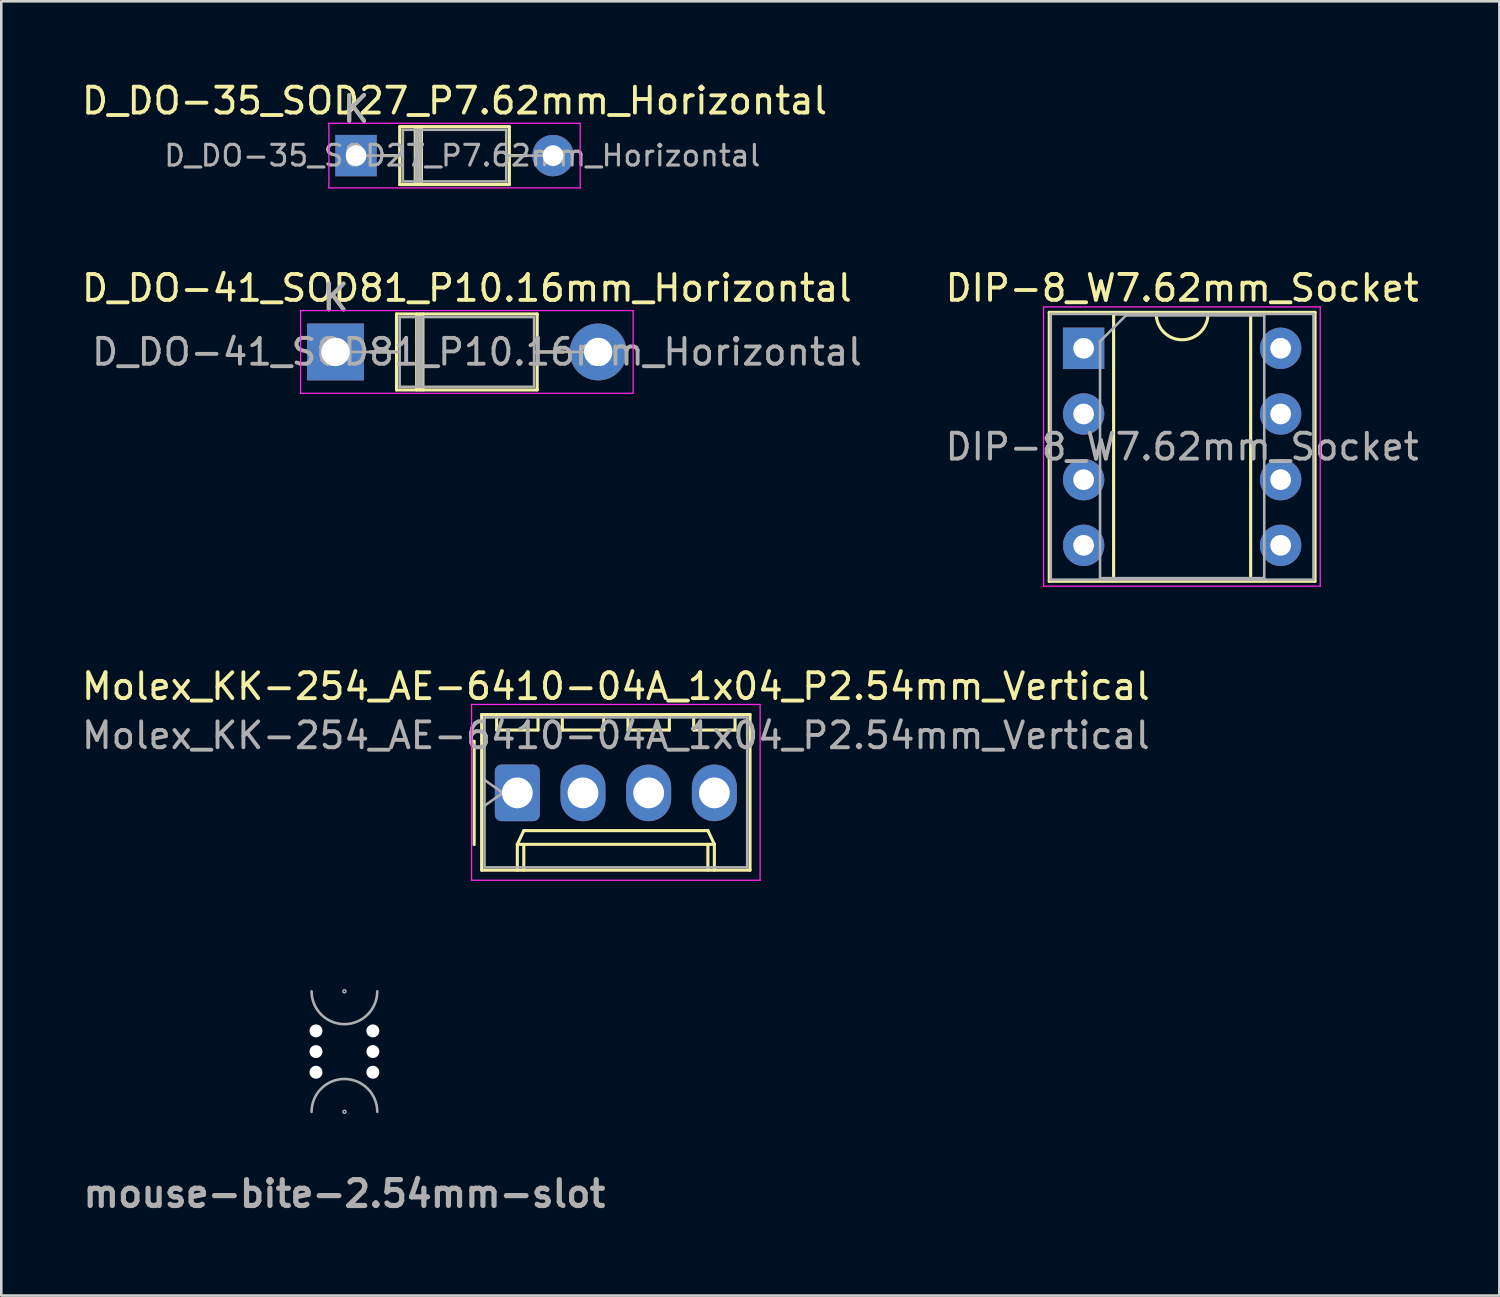
<source format=kicad_pcb>
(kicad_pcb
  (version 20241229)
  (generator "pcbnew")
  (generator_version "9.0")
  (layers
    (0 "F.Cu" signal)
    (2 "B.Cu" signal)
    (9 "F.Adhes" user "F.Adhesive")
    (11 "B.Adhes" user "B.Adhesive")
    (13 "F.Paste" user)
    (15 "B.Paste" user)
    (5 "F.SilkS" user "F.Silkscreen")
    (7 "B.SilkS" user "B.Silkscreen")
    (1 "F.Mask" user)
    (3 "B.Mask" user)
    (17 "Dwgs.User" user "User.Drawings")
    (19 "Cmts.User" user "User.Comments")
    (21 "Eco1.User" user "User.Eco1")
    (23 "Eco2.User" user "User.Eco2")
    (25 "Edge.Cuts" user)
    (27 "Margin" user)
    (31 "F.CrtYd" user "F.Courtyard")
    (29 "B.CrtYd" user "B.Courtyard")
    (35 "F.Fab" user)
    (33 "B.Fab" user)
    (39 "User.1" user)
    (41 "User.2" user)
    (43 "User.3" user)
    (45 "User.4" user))
  (footprint "D_DO-35_SOD27_P7.62mm_Horizontal"
    (layer "F.Cu")
    (at 10.72 2.968)
    (property "Reference" "D_DO-35_SOD27_P7.62mm_Horizontal" (at 3.81 -2.12 0) (layer "F.SilkS") (effects (font (size 1 1) (thickness 0.15))))
    (attr through_hole)
    (fp_line (start 1.04 0) (end 1.69 0) (stroke (width 0.12) (type solid)) (layer "F.SilkS"))
    (fp_line (start 1.69 -1.12) (end 1.69 1.12) (stroke (width 0.12) (type solid)) (layer "F.SilkS"))
    (fp_line (start 1.69 1.12) (end 5.93 1.12) (stroke (width 0.12) (type solid)) (layer "F.SilkS"))
    (fp_line (start 2.29 -1.12) (end 2.29 1.12) (stroke (width 0.12) (type solid)) (layer "F.SilkS"))
    (fp_line (start 2.41 -1.12) (end 2.41 1.12) (stroke (width 0.12) (type solid)) (layer "F.SilkS"))
    (fp_line (start 2.53 -1.12) (end 2.53 1.12) (stroke (width 0.12) (type solid)) (layer "F.SilkS"))
    (fp_line (start 5.93 -1.12) (end 1.69 -1.12) (stroke (width 0.12) (type solid)) (layer "F.SilkS"))
    (fp_line (start 5.93 1.12) (end 5.93 -1.12) (stroke (width 0.12) (type solid)) (layer "F.SilkS"))
    (fp_line (start 6.58 0) (end 5.93 0) (stroke (width 0.12) (type solid)) (layer "F.SilkS"))
    (fp_line (start -1.05 -1.25) (end -1.05 1.25) (stroke (width 0.05) (type solid)) (layer "F.CrtYd"))
    (fp_line (start -1.05 1.25) (end 8.67 1.25) (stroke (width 0.05) (type solid)) (layer "F.CrtYd"))
    (fp_line (start 8.67 -1.25) (end -1.05 -1.25) (stroke (width 0.05) (type solid)) (layer "F.CrtYd"))
    (fp_line (start 8.67 1.25) (end 8.67 -1.25) (stroke (width 0.05) (type solid)) (layer "F.CrtYd"))
    (fp_line (start 0 0) (end 1.81 0) (stroke (width 0.1) (type solid)) (layer "F.Fab"))
    (fp_line (start 1.81 -1) (end 1.81 1) (stroke (width 0.1) (type solid)) (layer "F.Fab"))
    (fp_line (start 1.81 1) (end 5.81 1) (stroke (width 0.1) (type solid)) (layer "F.Fab"))
    (fp_line (start 2.31 -1) (end 2.31 1) (stroke (width 0.1) (type solid)) (layer "F.Fab"))
    (fp_line (start 2.41 -1) (end 2.41 1) (stroke (width 0.1) (type solid)) (layer "F.Fab"))
    (fp_line (start 2.51 -1) (end 2.51 1) (stroke (width 0.1) (type solid)) (layer "F.Fab"))
    (fp_line (start 5.81 -1) (end 1.81 -1) (stroke (width 0.1) (type solid)) (layer "F.Fab"))
    (fp_line (start 5.81 1) (end 5.81 -1) (stroke (width 0.1) (type solid)) (layer "F.Fab"))
    (fp_line (start 7.62 0) (end 5.81 0) (stroke (width 0.1) (type solid)) (layer "F.Fab"))
    (fp_text user "K" (at 0 -1.8 0) (layer "F.SilkS") (effects (font (size 1 1) (thickness 0.15))))
    (fp_text user "K" (at 0 -1.8 0) (layer "F.Fab") (effects (font (size 1 1) (thickness 0.15))))
    (fp_text user "${REFERENCE}" (at 4.11 0 0) (layer "F.Fab") (effects (font (size 0.8 0.8) (thickness 0.12))))
    (pad "1" thru_hole rect (at 0 0) (size 1.6 1.6) (drill 0.8) (layers "*.Cu" "*.Mask"))
    (pad "2" thru_hole oval (at 7.62 0) (size 1.6 1.6) (drill 0.8) (layers "*.Cu" "*.Mask")))
  (footprint "Molex_KK-254_AE-6410-04A_1x04_P2.54mm_Vertical"
    (layer "F.Cu")
    (at 16.958 27.615)
    (property "Reference" "Molex_KK-254_AE-6410-04A_1x04_P2.54mm_Vertical" (at 3.81 -4.12 0) (layer "F.SilkS") (effects (font (size 1 1) (thickness 0.15))))
    (attr through_hole)
    (fp_line (start -1.67 -2) (end -1.67 2) (stroke (width 0.12) (type solid)) (layer "F.SilkS"))
    (fp_line (start -1.38 -3.03) (end -1.38 2.99) (stroke (width 0.12) (type solid)) (layer "F.SilkS"))
    (fp_line (start -1.38 2.99) (end 9 2.99) (stroke (width 0.12) (type solid)) (layer "F.SilkS"))
    (fp_line (start -0.8 -3.03) (end -0.8 -2.43) (stroke (width 0.12) (type solid)) (layer "F.SilkS"))
    (fp_line (start -0.8 -2.43) (end 0.8 -2.43) (stroke (width 0.12) (type solid)) (layer "F.SilkS"))
    (fp_line (start 0 1.99) (end 0.25 1.46) (stroke (width 0.12) (type solid)) (layer "F.SilkS"))
    (fp_line (start 0 1.99) (end 7.62 1.99) (stroke (width 0.12) (type solid)) (layer "F.SilkS"))
    (fp_line (start 0 2.99) (end 0 1.99) (stroke (width 0.12) (type solid)) (layer "F.SilkS"))
    (fp_line (start 0.25 1.46) (end 7.37 1.46) (stroke (width 0.12) (type solid)) (layer "F.SilkS"))
    (fp_line (start 0.25 2.99) (end 0.25 1.99) (stroke (width 0.12) (type solid)) (layer "F.SilkS"))
    (fp_line (start 0.8 -2.43) (end 0.8 -3.03) (stroke (width 0.12) (type solid)) (layer "F.SilkS"))
    (fp_line (start 1.74 -3.03) (end 1.74 -2.43) (stroke (width 0.12) (type solid)) (layer "F.SilkS"))
    (fp_line (start 1.74 -2.43) (end 3.34 -2.43) (stroke (width 0.12) (type solid)) (layer "F.SilkS"))
    (fp_line (start 3.34 -2.43) (end 3.34 -3.03) (stroke (width 0.12) (type solid)) (layer "F.SilkS"))
    (fp_line (start 4.28 -3.03) (end 4.28 -2.43) (stroke (width 0.12) (type solid)) (layer "F.SilkS"))
    (fp_line (start 4.28 -2.43) (end 5.88 -2.43) (stroke (width 0.12) (type solid)) (layer "F.SilkS"))
    (fp_line (start 5.88 -2.43) (end 5.88 -3.03) (stroke (width 0.12) (type solid)) (layer "F.SilkS"))
    (fp_line (start 6.82 -3.03) (end 6.82 -2.43) (stroke (width 0.12) (type solid)) (layer "F.SilkS"))
    (fp_line (start 6.82 -2.43) (end 8.42 -2.43) (stroke (width 0.12) (type solid)) (layer "F.SilkS"))
    (fp_line (start 7.37 1.46) (end 7.62 1.99) (stroke (width 0.12) (type solid)) (layer "F.SilkS"))
    (fp_line (start 7.37 2.99) (end 7.37 1.99) (stroke (width 0.12) (type solid)) (layer "F.SilkS"))
    (fp_line (start 7.62 1.99) (end 7.62 2.99) (stroke (width 0.12) (type solid)) (layer "F.SilkS"))
    (fp_line (start 8.42 -2.43) (end 8.42 -3.03) (stroke (width 0.12) (type solid)) (layer "F.SilkS"))
    (fp_line (start 9 -3.03) (end -1.38 -3.03) (stroke (width 0.12) (type solid)) (layer "F.SilkS"))
    (fp_line (start 9 2.99) (end 9 -3.03) (stroke (width 0.12) (type solid)) (layer "F.SilkS"))
    (fp_line (start -1.77 -3.42) (end -1.77 3.38) (stroke (width 0.05) (type solid)) (layer "F.CrtYd"))
    (fp_line (start -1.77 3.38) (end 9.39 3.38) (stroke (width 0.05) (type solid)) (layer "F.CrtYd"))
    (fp_line (start 9.39 -3.42) (end -1.77 -3.42) (stroke (width 0.05) (type solid)) (layer "F.CrtYd"))
    (fp_line (start 9.39 3.38) (end 9.39 -3.42) (stroke (width 0.05) (type solid)) (layer "F.CrtYd"))
    (fp_line (start -1.27 -2.92) (end -1.27 2.88) (stroke (width 0.1) (type solid)) (layer "F.Fab"))
    (fp_line (start -1.27 -0.5) (end -0.563 0) (stroke (width 0.1) (type solid)) (layer "F.Fab"))
    (fp_line (start -1.27 2.88) (end 8.89 2.88) (stroke (width 0.1) (type solid)) (layer "F.Fab"))
    (fp_line (start -0.563 0) (end -1.27 0.5) (stroke (width 0.1) (type solid)) (layer "F.Fab"))
    (fp_line (start 8.89 -2.92) (end -1.27 -2.92) (stroke (width 0.1) (type solid)) (layer "F.Fab"))
    (fp_line (start 8.89 2.88) (end 8.89 -2.92) (stroke (width 0.1) (type solid)) (layer "F.Fab"))
    (fp_text user "${REFERENCE}" (at 3.81 -2.22 0) (layer "F.Fab") (effects (font (size 1 1) (thickness 0.15))))
    (pad "1" thru_hole roundrect (at 0 0) (size 1.74 2.19) (drill 1.19) (layers "*.Cu" "*.Mask") (roundrect_rratio 0.144))
    (pad "2" thru_hole oval (at 2.54 0) (size 1.74 2.19) (drill 1.19) (layers "*.Cu" "*.Mask"))
    (pad "3" thru_hole oval (at 5.08 0) (size 1.74 2.19) (drill 1.19) (layers "*.Cu" "*.Mask"))
    (pad "4" thru_hole oval (at 7.62 0) (size 1.74 2.19) (drill 1.19) (layers "*.Cu" "*.Mask")))
  (footprint "DIP-8_W7.62mm_Socket"
    (layer "F.Cu")
    (at 38.86 10.421)
    (property "Reference" "DIP-8_W7.62mm_Socket" (at 3.81 -2.33 0) (layer "F.SilkS") (effects (font (size 1 1) (thickness 0.15))))
    (attr through_hole)
    (fp_line (start -1.33 -1.39) (end -1.33 9.01) (stroke (width 0.12) (type solid)) (layer "F.SilkS"))
    (fp_line (start -1.33 9.01) (end 8.95 9.01) (stroke (width 0.12) (type solid)) (layer "F.SilkS"))
    (fp_line (start 1.16 -1.33) (end 1.16 8.95) (stroke (width 0.12) (type solid)) (layer "F.SilkS"))
    (fp_line (start 1.16 8.95) (end 6.46 8.95) (stroke (width 0.12) (type solid)) (layer "F.SilkS"))
    (fp_line (start 2.81 -1.33) (end 1.16 -1.33) (stroke (width 0.12) (type solid)) (layer "F.SilkS"))
    (fp_line (start 6.46 -1.33) (end 4.81 -1.33) (stroke (width 0.12) (type solid)) (layer "F.SilkS"))
    (fp_line (start 6.46 8.95) (end 6.46 -1.33) (stroke (width 0.12) (type solid)) (layer "F.SilkS"))
    (fp_line (start 8.95 -1.39) (end -1.33 -1.39) (stroke (width 0.12) (type solid)) (layer "F.SilkS"))
    (fp_line (start 8.95 9.01) (end 8.95 -1.39) (stroke (width 0.12) (type solid)) (layer "F.SilkS"))
    (fp_arc (start 4.81 -1.33) (mid 3.81 -0.33) (end 2.81 -1.33) (stroke (width 0.12) (type solid)) (layer "F.SilkS"))
    (fp_line (start -1.55 -1.6) (end -1.55 9.2) (stroke (width 0.05) (type solid)) (layer "F.CrtYd"))
    (fp_line (start -1.55 9.2) (end 9.15 9.2) (stroke (width 0.05) (type solid)) (layer "F.CrtYd"))
    (fp_line (start 9.15 -1.6) (end -1.55 -1.6) (stroke (width 0.05) (type solid)) (layer "F.CrtYd"))
    (fp_line (start 9.15 9.2) (end 9.15 -1.6) (stroke (width 0.05) (type solid)) (layer "F.CrtYd"))
    (fp_line (start -1.27 -1.33) (end -1.27 8.95) (stroke (width 0.1) (type solid)) (layer "F.Fab"))
    (fp_line (start -1.27 8.95) (end 8.89 8.95) (stroke (width 0.1) (type solid)) (layer "F.Fab"))
    (fp_line (start 0.635 -0.27) (end 1.635 -1.27) (stroke (width 0.1) (type solid)) (layer "F.Fab"))
    (fp_line (start 0.635 8.89) (end 0.635 -0.27) (stroke (width 0.1) (type solid)) (layer "F.Fab"))
    (fp_line (start 1.635 -1.27) (end 6.985 -1.27) (stroke (width 0.1) (type solid)) (layer "F.Fab"))
    (fp_line (start 6.985 -1.27) (end 6.985 8.89) (stroke (width 0.1) (type solid)) (layer "F.Fab"))
    (fp_line (start 6.985 8.89) (end 0.635 8.89) (stroke (width 0.1) (type solid)) (layer "F.Fab"))
    (fp_line (start 8.89 -1.33) (end -1.27 -1.33) (stroke (width 0.1) (type solid)) (layer "F.Fab"))
    (fp_line (start 8.89 8.95) (end 8.89 -1.33) (stroke (width 0.1) (type solid)) (layer "F.Fab"))
    (fp_text user "${REFERENCE}" (at 3.81 3.81 0) (layer "F.Fab") (effects (font (size 1 1) (thickness 0.15))))
    (pad "1" thru_hole rect (at 0 0) (size 1.6 1.6) (drill 0.8) (layers "*.Cu" "*.Mask"))
    (pad "2" thru_hole oval (at 0 2.54) (size 1.6 1.6) (drill 0.8) (layers "*.Cu" "*.Mask"))
    (pad "3" thru_hole oval (at 0 5.08) (size 1.6 1.6) (drill 0.8) (layers "*.Cu" "*.Mask"))
    (pad "4" thru_hole oval (at 0 7.62) (size 1.6 1.6) (drill 0.8) (layers "*.Cu" "*.Mask"))
    (pad "5" thru_hole oval (at 7.62 7.62) (size 1.6 1.6) (drill 0.8) (layers "*.Cu" "*.Mask"))
    (pad "6" thru_hole oval (at 7.62 5.08) (size 1.6 1.6) (drill 0.8) (layers "*.Cu" "*.Mask"))
    (pad "7" thru_hole oval (at 7.62 2.54) (size 1.6 1.6) (drill 0.8) (layers "*.Cu" "*.Mask"))
    (pad "8" thru_hole oval (at 7.62 0) (size 1.6 1.6) (drill 0.8) (layers "*.Cu" "*.Mask")))
  (footprint "mouse-bite-2.54mm-slot"
    (layer "F.Cu")
    (at 10.271 37.62)
    (property "Reference" "mouse-bite-2.54mm-slot" (at 0 5.5 0) (layer "F.Fab") (effects (font (size 1 1) (thickness 0.2))))
    (attr through_hole)
    (fp_circle (center 0 -2.33) (end -0.06 -2.33) (stroke (width 0.05) (type solid)) (fill no) (layer "Dwgs.User"))
    (fp_circle (center 0 2.33) (end 0 2.27) (stroke (width 0.05) (type solid)) (fill no) (layer "Dwgs.User"))
    (fp_line (start 0 -2.33) (end 0 -2.33) (stroke (width 2.54) (type solid)) (layer "Eco1.User"))
    (fp_line (start 0 2.33) (end 0 2.33) (stroke (width 2.54) (type solid)) (layer "Eco1.User"))
    (fp_arc (start -1.27 2.33) (mid 0 1.06) (end 1.27 2.33) (stroke (width 0.1) (type solid)) (layer "F.Fab"))
    (fp_arc (start 1.27 -2.33) (mid 0 -1.06) (end -1.27 -2.33) (stroke (width 0.1) (type solid)) (layer "F.Fab"))
    (pad "" np_thru_hole circle (at -1.1 -0.8 90) (size 0.5 0.5) (drill 0.5) (layers "*.Cu" "*.Mask"))
    (pad "" np_thru_hole circle (at -1.1 0 90) (size 0.5 0.5) (drill 0.5) (layers "*.Cu" "*.Mask"))
    (pad "" np_thru_hole circle (at -1.1 0.8 90) (size 0.5 0.5) (drill 0.5) (layers "*.Cu" "*.Mask"))
    (pad "" np_thru_hole circle (at 1.1 -0.8 90) (size 0.5 0.5) (drill 0.5) (layers "*.Cu" "*.Mask"))
    (pad "" np_thru_hole circle (at 1.1 0 90) (size 0.5 0.5) (drill 0.5) (layers "*.Cu" "*.Mask"))
    (pad "" np_thru_hole circle (at 1.1 0.8 90) (size 0.5 0.5) (drill 0.5) (layers "*.Cu" "*.Mask")))
  (footprint "D_DO-41_SOD81_P10.16mm_Horizontal"
    (layer "F.Cu")
    (at 9.926 10.562)
    (property "Reference" "D_DO-41_SOD81_P10.16mm_Horizontal" (at 5.08 -2.47 0) (layer "F.SilkS") (effects (font (size 1 1) (thickness 0.15))))
    (attr through_hole)
    (fp_line (start 1.34 0) (end 2.36 0) (stroke (width 0.12) (type solid)) (layer "F.SilkS"))
    (fp_line (start 2.36 -1.47) (end 2.36 1.47) (stroke (width 0.12) (type solid)) (layer "F.SilkS"))
    (fp_line (start 2.36 1.47) (end 7.8 1.47) (stroke (width 0.12) (type solid)) (layer "F.SilkS"))
    (fp_line (start 3.14 -1.47) (end 3.14 1.47) (stroke (width 0.12) (type solid)) (layer "F.SilkS"))
    (fp_line (start 3.26 -1.47) (end 3.26 1.47) (stroke (width 0.12) (type solid)) (layer "F.SilkS"))
    (fp_line (start 3.38 -1.47) (end 3.38 1.47) (stroke (width 0.12) (type solid)) (layer "F.SilkS"))
    (fp_line (start 7.8 -1.47) (end 2.36 -1.47) (stroke (width 0.12) (type solid)) (layer "F.SilkS"))
    (fp_line (start 7.8 1.47) (end 7.8 -1.47) (stroke (width 0.12) (type solid)) (layer "F.SilkS"))
    (fp_line (start 8.82 0) (end 7.8 0) (stroke (width 0.12) (type solid)) (layer "F.SilkS"))
    (fp_line (start -1.35 -1.6) (end -1.35 1.6) (stroke (width 0.05) (type solid)) (layer "F.CrtYd"))
    (fp_line (start -1.35 1.6) (end 11.51 1.6) (stroke (width 0.05) (type solid)) (layer "F.CrtYd"))
    (fp_line (start 11.51 -1.6) (end -1.35 -1.6) (stroke (width 0.05) (type solid)) (layer "F.CrtYd"))
    (fp_line (start 11.51 1.6) (end 11.51 -1.6) (stroke (width 0.05) (type solid)) (layer "F.CrtYd"))
    (fp_line (start 0 0) (end 2.48 0) (stroke (width 0.1) (type solid)) (layer "F.Fab"))
    (fp_line (start 2.48 -1.35) (end 2.48 1.35) (stroke (width 0.1) (type solid)) (layer "F.Fab"))
    (fp_line (start 2.48 1.35) (end 7.68 1.35) (stroke (width 0.1) (type solid)) (layer "F.Fab"))
    (fp_line (start 3.16 -1.35) (end 3.16 1.35) (stroke (width 0.1) (type solid)) (layer "F.Fab"))
    (fp_line (start 3.26 -1.35) (end 3.26 1.35) (stroke (width 0.1) (type solid)) (layer "F.Fab"))
    (fp_line (start 3.36 -1.35) (end 3.36 1.35) (stroke (width 0.1) (type solid)) (layer "F.Fab"))
    (fp_line (start 7.68 -1.35) (end 2.48 -1.35) (stroke (width 0.1) (type solid)) (layer "F.Fab"))
    (fp_line (start 7.68 1.35) (end 7.68 -1.35) (stroke (width 0.1) (type solid)) (layer "F.Fab"))
    (fp_line (start 10.16 0) (end 7.68 0) (stroke (width 0.1) (type solid)) (layer "F.Fab"))
    (fp_text user "K" (at 0 -2.1 0) (layer "F.SilkS") (effects (font (size 1 1) (thickness 0.15))))
    (fp_text user "K" (at 0 -2.1 0) (layer "F.Fab") (effects (font (size 1 1) (thickness 0.15))))
    (fp_text user "${REFERENCE}" (at 5.47 0 0) (layer "F.Fab") (effects (font (size 1 1) (thickness 0.15))))
    (pad "1" thru_hole rect (at 0 0) (size 2.2 2.2) (drill 1.1) (layers "*.Cu" "*.Mask"))
    (pad "2" thru_hole oval (at 10.16 0) (size 2.2 2.2) (drill 1.1) (layers "*.Cu" "*.Mask")))
  (gr_rect
    (start -3 -3)
    (end 54.938 47.056)
    (stroke (width 0.1) (type default))
    (fill no)
    (layer "Edge.Cuts")))
</source>
